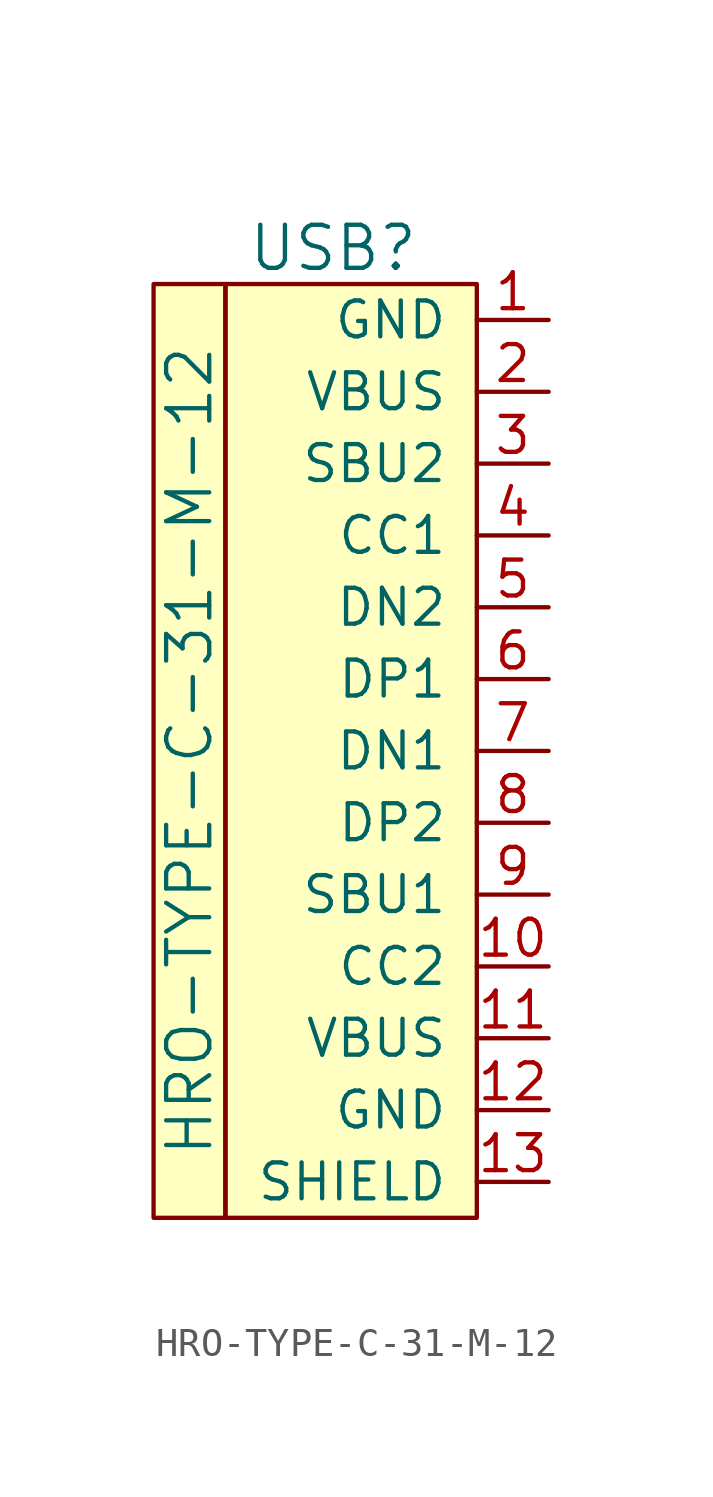
<source format=kicad_sym>
(kicad_symbol_lib
  (version 20211014)
  (generator kicad_symbol_editor)
  (symbol "HRO-TYPE-C-31-M-12"
    (pin_names
      (offset 1.016))
    (property "Reference" "USB"
      (at -5.08 16.51 0)
      (effects (font (size 1.524 1.524))))
    (property "Value" "HRO-TYPE-C-31-M-12"
      (at -10.16 -1.27 90)
      (effects (font (size 1.524 1.524))))
    (symbol "HRO-TYPE-C-31-M-12_0_1"
      (rectangle (start -11.43 15.24) (end -8.89 -17.78) (stroke (width 0) (type default) (color 0 0 0 0)) (fill (type background)))
      (rectangle (start 0 -17.78) (end -8.89 15.24) (stroke (width 0) (type default) (color 0 0 0 0)) (fill (type background))))
    (symbol "HRO-TYPE-C-31-M-12_1_1"
      (pin input line (at 2.54 13.97 180) (length 2.54) (name "GND" (effects (font (size 1.27 1.27)))) (number "1" (effects (font (size 1.27 1.27)))))
      (pin input line (at 2.54 -8.89 180) (length 2.54) (name "CC2" (effects (font (size 1.27 1.27)))) (number "10" (effects (font (size 1.27 1.27)))))
      (pin input line (at 2.54 -11.43 180) (length 2.54) (name "VBUS" (effects (font (size 1.27 1.27)))) (number "11" (effects (font (size 1.27 1.27)))))
      (pin input line (at 2.54 -13.97 180) (length 2.54) (name "GND" (effects (font (size 1.27 1.27)))) (number "12" (effects (font (size 1.27 1.27)))))
      (pin input line (at 2.54 -16.51 180) (length 2.54) (name "SHIELD" (effects (font (size 1.27 1.27)))) (number "13" (effects (font (size 1.27 1.27)))))
      (pin input line (at 2.54 11.43 180) (length 2.54) (name "VBUS" (effects (font (size 1.27 1.27)))) (number "2" (effects (font (size 1.27 1.27)))))
      (pin input line (at 2.54 8.89 180) (length 2.54) (name "SBU2" (effects (font (size 1.27 1.27)))) (number "3" (effects (font (size 1.27 1.27)))))
      (pin input line (at 2.54 6.35 180) (length 2.54) (name "CC1" (effects (font (size 1.27 1.27)))) (number "4" (effects (font (size 1.27 1.27)))))
      (pin input line (at 2.54 3.81 180) (length 2.54) (name "DN2" (effects (font (size 1.27 1.27)))) (number "5" (effects (font (size 1.27 1.27)))))
      (pin input line (at 2.54 1.27 180) (length 2.54) (name "DP1" (effects (font (size 1.27 1.27)))) (number "6" (effects (font (size 1.27 1.27)))))
      (pin input line (at 2.54 -1.27 180) (length 2.54) (name "DN1" (effects (font (size 1.27 1.27)))) (number "7" (effects (font (size 1.27 1.27)))))
      (pin input line (at 2.54 -3.81 180) (length 2.54) (name "DP2" (effects (font (size 1.27 1.27)))) (number "8" (effects (font (size 1.27 1.27)))))
      (pin input line (at 2.54 -6.35 180) (length 2.54) (name "SBU1" (effects (font (size 1.27 1.27)))) (number "9" (effects (font (size 1.27 1.27))))))))
</source>
